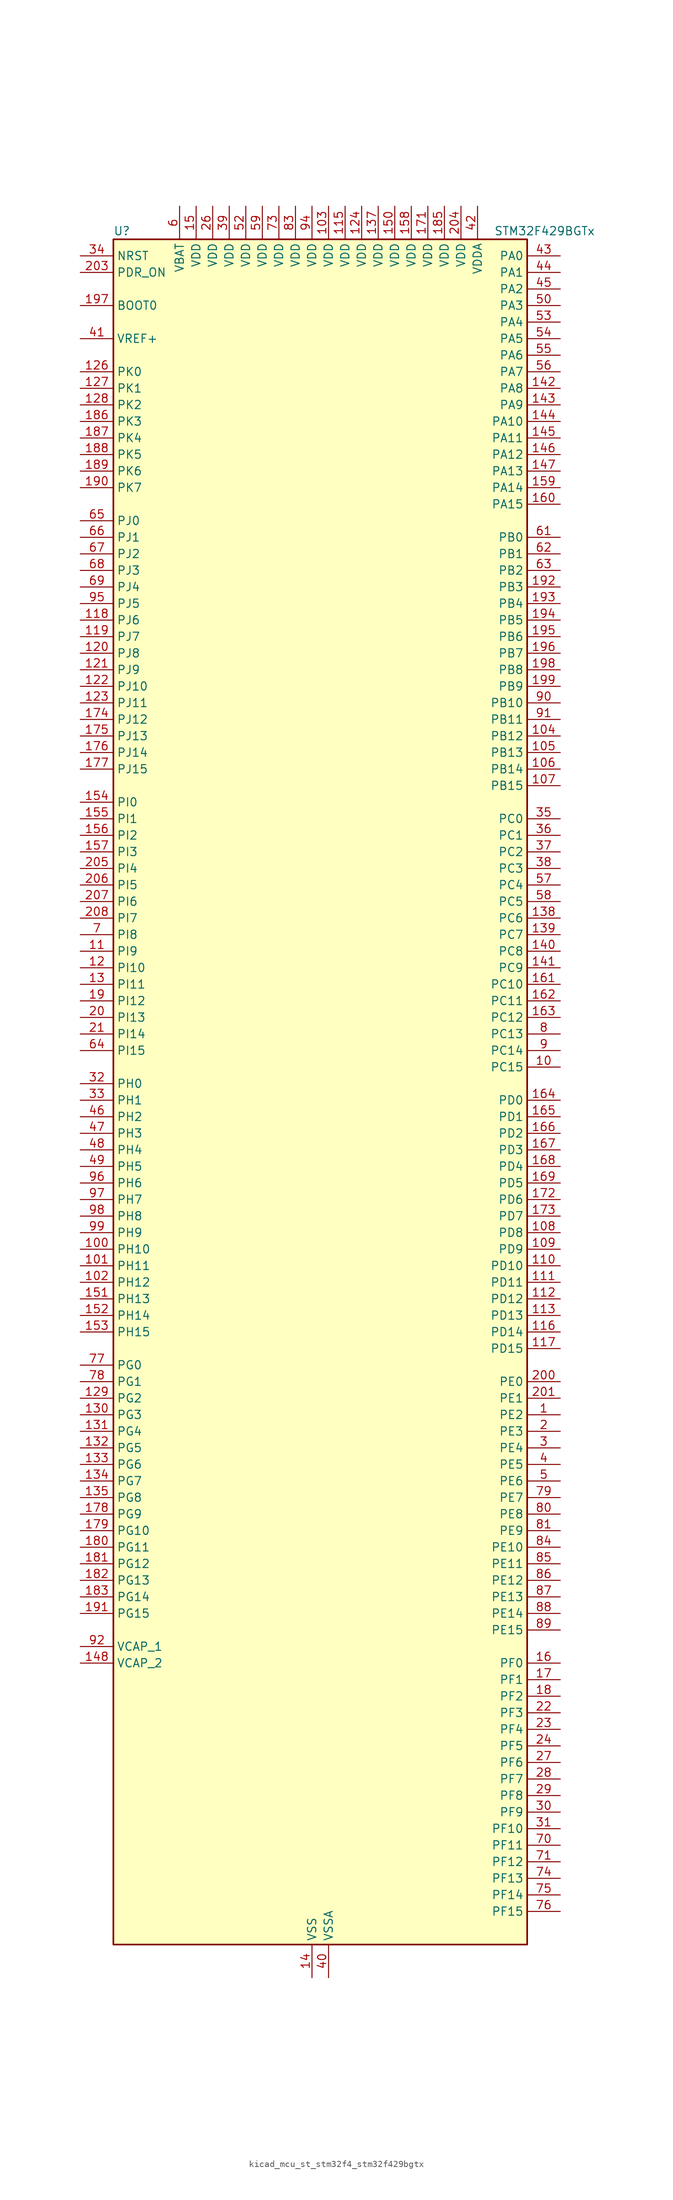
<source format=kicad_sym>
(kicad_symbol_lib
  (version 20220914)
  (generator kicad_symbol_editor)
  (symbol "kicad_mcu_st_stm32f4_stm32f429bgtx"
    (property "Reference" "U"
      (at -30.48 133.35 0)
      (effects (font (size 1.27 1.27)) (justify left)))
    (property "Value" "STM32F429BGTx"
      (at 27.94 133.35 0)
      (effects (font (size 1.27 1.27)) (justify left)))
    (property "ki_locked" ""
      (at 0 0 0)
      (effects (font (size 1.27 1.27))))
    (symbol "kicad_mcu_st_stm32f4_stm32f429bgtx_0_1"
      (rectangle (start -30.48 -129.54) (end 33.02 132.08) (stroke (width 0.254) (type default)) (fill (type background))))
    (symbol "kicad_mcu_st_stm32f4_stm32f429bgtx_1_1"
      (pin bidirectional line (at 38.1 -48.26 180) (length 5.08) (name "PE2" (effects (font (size 1.27 1.27)))) (number "1" (effects (font (size 1.27 1.27)))) (alternate "ETH_TXD3" bidirectional line) (alternate "FMC_A23" bidirectional line) (alternate "SAI1_MCLK_A" bidirectional line) (alternate "SPI4_SCK" bidirectional line) (alternate "SYS_TRACECLK" bidirectional line))
      (pin bidirectional line (at 38.1 5.08 180) (length 5.08) (name "PC15" (effects (font (size 1.27 1.27)))) (number "10" (effects (font (size 1.27 1.27)))) (alternate "ADC1_EXTI15" bidirectional line) (alternate "ADC2_EXTI15" bidirectional line) (alternate "ADC3_EXTI15" bidirectional line) (alternate "RCC_OSC32_OUT" bidirectional line))
      (pin bidirectional line (at -35.56 -22.86 0) (length 5.08) (name "PH10" (effects (font (size 1.27 1.27)))) (number "100" (effects (font (size 1.27 1.27)))) (alternate "DCMI_D1" bidirectional line) (alternate "FMC_D18" bidirectional line) (alternate "LTDC_R4" bidirectional line) (alternate "TIM5_CH1" bidirectional line))
      (pin bidirectional line (at -35.56 -25.4 0) (length 5.08) (name "PH11" (effects (font (size 1.27 1.27)))) (number "101" (effects (font (size 1.27 1.27)))) (alternate "ADC1_EXTI11" bidirectional line) (alternate "ADC2_EXTI11" bidirectional line) (alternate "ADC3_EXTI11" bidirectional line) (alternate "DCMI_D2" bidirectional line) (alternate "FMC_D19" bidirectional line) (alternate "LTDC_R5" bidirectional line) (alternate "TIM5_CH2" bidirectional line))
      (pin bidirectional line (at -35.56 -27.94 0) (length 5.08) (name "PH12" (effects (font (size 1.27 1.27)))) (number "102" (effects (font (size 1.27 1.27)))) (alternate "DCMI_D3" bidirectional line) (alternate "FMC_D20" bidirectional line) (alternate "LTDC_R6" bidirectional line) (alternate "TIM5_CH3" bidirectional line))
      (pin power_in line (at 2.54 137.16 270) (length 5.08) (name "VDD" (effects (font (size 1.27 1.27)))) (number "103" (effects (font (size 1.27 1.27)))))
      (pin bidirectional line (at 38.1 55.88 180) (length 5.08) (name "PB12" (effects (font (size 1.27 1.27)))) (number "104" (effects (font (size 1.27 1.27)))) (alternate "CAN2_RX" bidirectional line) (alternate "ETH_TXD0" bidirectional line) (alternate "I2C2_SMBA" bidirectional line) (alternate "I2S2_WS" bidirectional line) (alternate "SPI2_NSS" bidirectional line) (alternate "TIM1_BKIN" bidirectional line) (alternate "USART3_CK" bidirectional line) (alternate "USB_OTG_HS_ID" bidirectional line) (alternate "USB_OTG_HS_ULPI_D5" bidirectional line))
      (pin bidirectional line (at 38.1 53.34 180) (length 5.08) (name "PB13" (effects (font (size 1.27 1.27)))) (number "105" (effects (font (size 1.27 1.27)))) (alternate "CAN2_TX" bidirectional line) (alternate "ETH_TXD1" bidirectional line) (alternate "I2S2_CK" bidirectional line) (alternate "SPI2_SCK" bidirectional line) (alternate "TIM1_CH1N" bidirectional line) (alternate "USART3_CTS" bidirectional line) (alternate "USB_OTG_HS_ULPI_D6" bidirectional line) (alternate "USB_OTG_HS_VBUS" bidirectional line))
      (pin bidirectional line (at 38.1 50.8 180) (length 5.08) (name "PB14" (effects (font (size 1.27 1.27)))) (number "106" (effects (font (size 1.27 1.27)))) (alternate "I2S2_ext_SD" bidirectional line) (alternate "SPI2_MISO" bidirectional line) (alternate "TIM12_CH1" bidirectional line) (alternate "TIM1_CH2N" bidirectional line) (alternate "TIM8_CH2N" bidirectional line) (alternate "USART3_RTS" bidirectional line) (alternate "USB_OTG_HS_DM" bidirectional line))
      (pin bidirectional line (at 38.1 48.26 180) (length 5.08) (name "PB15" (effects (font (size 1.27 1.27)))) (number "107" (effects (font (size 1.27 1.27)))) (alternate "ADC1_EXTI15" bidirectional line) (alternate "ADC2_EXTI15" bidirectional line) (alternate "ADC3_EXTI15" bidirectional line) (alternate "I2S2_SD" bidirectional line) (alternate "RTC_REFIN" bidirectional line) (alternate "SPI2_MOSI" bidirectional line) (alternate "TIM12_CH2" bidirectional line) (alternate "TIM1_CH3N" bidirectional line) (alternate "TIM8_CH3N" bidirectional line) (alternate "USB_OTG_HS_DP" bidirectional line))
      (pin bidirectional line (at 38.1 -20.32 180) (length 5.08) (name "PD8" (effects (font (size 1.27 1.27)))) (number "108" (effects (font (size 1.27 1.27)))) (alternate "FMC_D13" bidirectional line) (alternate "FMC_DA13" bidirectional line) (alternate "USART3_TX" bidirectional line))
      (pin bidirectional line (at 38.1 -22.86 180) (length 5.08) (name "PD9" (effects (font (size 1.27 1.27)))) (number "109" (effects (font (size 1.27 1.27)))) (alternate "DAC_EXTI9" bidirectional line) (alternate "FMC_D14" bidirectional line) (alternate "FMC_DA14" bidirectional line) (alternate "USART3_RX" bidirectional line))
      (pin bidirectional line (at -35.56 22.86 0) (length 5.08) (name "PI9" (effects (font (size 1.27 1.27)))) (number "11" (effects (font (size 1.27 1.27)))) (alternate "CAN1_RX" bidirectional line) (alternate "DAC_EXTI9" bidirectional line) (alternate "FMC_D30" bidirectional line) (alternate "LTDC_VSYNC" bidirectional line))
      (pin bidirectional line (at 38.1 -25.4 180) (length 5.08) (name "PD10" (effects (font (size 1.27 1.27)))) (number "110" (effects (font (size 1.27 1.27)))) (alternate "FMC_D15" bidirectional line) (alternate "FMC_DA15" bidirectional line) (alternate "LTDC_B3" bidirectional line) (alternate "USART3_CK" bidirectional line))
      (pin bidirectional line (at 38.1 -27.94 180) (length 5.08) (name "PD11" (effects (font (size 1.27 1.27)))) (number "111" (effects (font (size 1.27 1.27)))) (alternate "ADC1_EXTI11" bidirectional line) (alternate "ADC2_EXTI11" bidirectional line) (alternate "ADC3_EXTI11" bidirectional line) (alternate "FMC_A16" bidirectional line) (alternate "FMC_CLE" bidirectional line) (alternate "USART3_CTS" bidirectional line))
      (pin bidirectional line (at 38.1 -30.48 180) (length 5.08) (name "PD12" (effects (font (size 1.27 1.27)))) (number "112" (effects (font (size 1.27 1.27)))) (alternate "FMC_A17" bidirectional line) (alternate "FMC_ALE" bidirectional line) (alternate "TIM4_CH1" bidirectional line) (alternate "USART3_RTS" bidirectional line))
      (pin bidirectional line (at 38.1 -33.02 180) (length 5.08) (name "PD13" (effects (font (size 1.27 1.27)))) (number "113" (effects (font (size 1.27 1.27)))) (alternate "FMC_A18" bidirectional line) (alternate "TIM4_CH2" bidirectional line))
      (pin passive line (at 0 -134.62 90) (length 5.08) hide (name "VSS" (effects (font (size 1.27 1.27)))) (number "114" (effects (font (size 1.27 1.27)))))
      (pin power_in line (at 5.08 137.16 270) (length 5.08) (name "VDD" (effects (font (size 1.27 1.27)))) (number "115" (effects (font (size 1.27 1.27)))))
      (pin bidirectional line (at 38.1 -35.56 180) (length 5.08) (name "PD14" (effects (font (size 1.27 1.27)))) (number "116" (effects (font (size 1.27 1.27)))) (alternate "FMC_D0" bidirectional line) (alternate "FMC_DA0" bidirectional line) (alternate "TIM4_CH3" bidirectional line))
      (pin bidirectional line (at 38.1 -38.1 180) (length 5.08) (name "PD15" (effects (font (size 1.27 1.27)))) (number "117" (effects (font (size 1.27 1.27)))) (alternate "ADC1_EXTI15" bidirectional line) (alternate "ADC2_EXTI15" bidirectional line) (alternate "ADC3_EXTI15" bidirectional line) (alternate "FMC_D1" bidirectional line) (alternate "FMC_DA1" bidirectional line) (alternate "TIM4_CH4" bidirectional line))
      (pin bidirectional line (at -35.56 73.66 0) (length 5.08) (name "PJ6" (effects (font (size 1.27 1.27)))) (number "118" (effects (font (size 1.27 1.27)))) (alternate "LTDC_R7" bidirectional line))
      (pin bidirectional line (at -35.56 71.12 0) (length 5.08) (name "PJ7" (effects (font (size 1.27 1.27)))) (number "119" (effects (font (size 1.27 1.27)))) (alternate "LTDC_G0" bidirectional line))
      (pin bidirectional line (at -35.56 20.32 0) (length 5.08) (name "PI10" (effects (font (size 1.27 1.27)))) (number "12" (effects (font (size 1.27 1.27)))) (alternate "ETH_RX_ER" bidirectional line) (alternate "FMC_D31" bidirectional line) (alternate "LTDC_HSYNC" bidirectional line))
      (pin bidirectional line (at -35.56 68.58 0) (length 5.08) (name "PJ8" (effects (font (size 1.27 1.27)))) (number "120" (effects (font (size 1.27 1.27)))) (alternate "LTDC_G1" bidirectional line))
      (pin bidirectional line (at -35.56 66.04 0) (length 5.08) (name "PJ9" (effects (font (size 1.27 1.27)))) (number "121" (effects (font (size 1.27 1.27)))) (alternate "DAC_EXTI9" bidirectional line) (alternate "LTDC_G2" bidirectional line))
      (pin bidirectional line (at -35.56 63.5 0) (length 5.08) (name "PJ10" (effects (font (size 1.27 1.27)))) (number "122" (effects (font (size 1.27 1.27)))) (alternate "LTDC_G3" bidirectional line))
      (pin bidirectional line (at -35.56 60.96 0) (length 5.08) (name "PJ11" (effects (font (size 1.27 1.27)))) (number "123" (effects (font (size 1.27 1.27)))) (alternate "ADC1_EXTI11" bidirectional line) (alternate "ADC2_EXTI11" bidirectional line) (alternate "ADC3_EXTI11" bidirectional line) (alternate "LTDC_G4" bidirectional line))
      (pin power_in line (at 7.62 137.16 270) (length 5.08) (name "VDD" (effects (font (size 1.27 1.27)))) (number "124" (effects (font (size 1.27 1.27)))))
      (pin passive line (at 0 -134.62 90) (length 5.08) hide (name "VSS" (effects (font (size 1.27 1.27)))) (number "125" (effects (font (size 1.27 1.27)))))
      (pin bidirectional line (at -35.56 111.76 0) (length 5.08) (name "PK0" (effects (font (size 1.27 1.27)))) (number "126" (effects (font (size 1.27 1.27)))) (alternate "LTDC_G5" bidirectional line))
      (pin bidirectional line (at -35.56 109.22 0) (length 5.08) (name "PK1" (effects (font (size 1.27 1.27)))) (number "127" (effects (font (size 1.27 1.27)))) (alternate "LTDC_G6" bidirectional line))
      (pin bidirectional line (at -35.56 106.68 0) (length 5.08) (name "PK2" (effects (font (size 1.27 1.27)))) (number "128" (effects (font (size 1.27 1.27)))) (alternate "LTDC_G7" bidirectional line))
      (pin bidirectional line (at -35.56 -45.72 0) (length 5.08) (name "PG2" (effects (font (size 1.27 1.27)))) (number "129" (effects (font (size 1.27 1.27)))) (alternate "FMC_A12" bidirectional line))
      (pin bidirectional line (at -35.56 17.78 0) (length 5.08) (name "PI11" (effects (font (size 1.27 1.27)))) (number "13" (effects (font (size 1.27 1.27)))) (alternate "ADC1_EXTI11" bidirectional line) (alternate "ADC2_EXTI11" bidirectional line) (alternate "ADC3_EXTI11" bidirectional line) (alternate "USB_OTG_HS_ULPI_DIR" bidirectional line))
      (pin bidirectional line (at -35.56 -48.26 0) (length 5.08) (name "PG3" (effects (font (size 1.27 1.27)))) (number "130" (effects (font (size 1.27 1.27)))) (alternate "FMC_A13" bidirectional line))
      (pin bidirectional line (at -35.56 -50.8 0) (length 5.08) (name "PG4" (effects (font (size 1.27 1.27)))) (number "131" (effects (font (size 1.27 1.27)))) (alternate "FMC_A14" bidirectional line) (alternate "FMC_BA0" bidirectional line))
      (pin bidirectional line (at -35.56 -53.34 0) (length 5.08) (name "PG5" (effects (font (size 1.27 1.27)))) (number "132" (effects (font (size 1.27 1.27)))) (alternate "FMC_A15" bidirectional line) (alternate "FMC_BA1" bidirectional line))
      (pin bidirectional line (at -35.56 -55.88 0) (length 5.08) (name "PG6" (effects (font (size 1.27 1.27)))) (number "133" (effects (font (size 1.27 1.27)))) (alternate "DCMI_D12" bidirectional line) (alternate "FMC_INT2" bidirectional line) (alternate "LTDC_R7" bidirectional line))
      (pin bidirectional line (at -35.56 -58.42 0) (length 5.08) (name "PG7" (effects (font (size 1.27 1.27)))) (number "134" (effects (font (size 1.27 1.27)))) (alternate "DCMI_D13" bidirectional line) (alternate "FMC_INT3" bidirectional line) (alternate "LTDC_CLK" bidirectional line) (alternate "USART6_CK" bidirectional line))
      (pin bidirectional line (at -35.56 -60.96 0) (length 5.08) (name "PG8" (effects (font (size 1.27 1.27)))) (number "135" (effects (font (size 1.27 1.27)))) (alternate "ETH_PPS_OUT" bidirectional line) (alternate "FMC_SDCLK" bidirectional line) (alternate "SPI6_NSS" bidirectional line) (alternate "USART6_RTS" bidirectional line))
      (pin passive line (at 0 -134.62 90) (length 5.08) hide (name "VSS" (effects (font (size 1.27 1.27)))) (number "136" (effects (font (size 1.27 1.27)))))
      (pin power_in line (at 10.16 137.16 270) (length 5.08) (name "VDD" (effects (font (size 1.27 1.27)))) (number "137" (effects (font (size 1.27 1.27)))))
      (pin bidirectional line (at 38.1 27.94 180) (length 5.08) (name "PC6" (effects (font (size 1.27 1.27)))) (number "138" (effects (font (size 1.27 1.27)))) (alternate "DCMI_D0" bidirectional line) (alternate "I2S2_MCK" bidirectional line) (alternate "LTDC_HSYNC" bidirectional line) (alternate "SDIO_D6" bidirectional line) (alternate "TIM3_CH1" bidirectional line) (alternate "TIM8_CH1" bidirectional line) (alternate "USART6_TX" bidirectional line))
      (pin bidirectional line (at 38.1 25.4 180) (length 5.08) (name "PC7" (effects (font (size 1.27 1.27)))) (number "139" (effects (font (size 1.27 1.27)))) (alternate "DCMI_D1" bidirectional line) (alternate "I2S3_MCK" bidirectional line) (alternate "LTDC_G6" bidirectional line) (alternate "SDIO_D7" bidirectional line) (alternate "TIM3_CH2" bidirectional line) (alternate "TIM8_CH2" bidirectional line) (alternate "USART6_RX" bidirectional line))
      (pin power_in line (at 0 -134.62 90) (length 5.08) (name "VSS" (effects (font (size 1.27 1.27)))) (number "14" (effects (font (size 1.27 1.27)))))
      (pin bidirectional line (at 38.1 22.86 180) (length 5.08) (name "PC8" (effects (font (size 1.27 1.27)))) (number "140" (effects (font (size 1.27 1.27)))) (alternate "DCMI_D2" bidirectional line) (alternate "SDIO_D0" bidirectional line) (alternate "TIM3_CH3" bidirectional line) (alternate "TIM8_CH3" bidirectional line) (alternate "USART6_CK" bidirectional line))
      (pin bidirectional line (at 38.1 20.32 180) (length 5.08) (name "PC9" (effects (font (size 1.27 1.27)))) (number "141" (effects (font (size 1.27 1.27)))) (alternate "DAC_EXTI9" bidirectional line) (alternate "DCMI_D3" bidirectional line) (alternate "I2C3_SDA" bidirectional line) (alternate "I2S_CKIN" bidirectional line) (alternate "RCC_MCO_2" bidirectional line) (alternate "SDIO_D1" bidirectional line) (alternate "TIM3_CH4" bidirectional line) (alternate "TIM8_CH4" bidirectional line))
      (pin bidirectional line (at 38.1 109.22 180) (length 5.08) (name "PA8" (effects (font (size 1.27 1.27)))) (number "142" (effects (font (size 1.27 1.27)))) (alternate "I2C3_SCL" bidirectional line) (alternate "LTDC_R6" bidirectional line) (alternate "RCC_MCO_1" bidirectional line) (alternate "TIM1_CH1" bidirectional line) (alternate "USART1_CK" bidirectional line) (alternate "USB_OTG_FS_SOF" bidirectional line))
      (pin bidirectional line (at 38.1 106.68 180) (length 5.08) (name "PA9" (effects (font (size 1.27 1.27)))) (number "143" (effects (font (size 1.27 1.27)))) (alternate "DAC_EXTI9" bidirectional line) (alternate "DCMI_D0" bidirectional line) (alternate "I2C3_SMBA" bidirectional line) (alternate "TIM1_CH2" bidirectional line) (alternate "USART1_TX" bidirectional line) (alternate "USB_OTG_FS_VBUS" bidirectional line))
      (pin bidirectional line (at 38.1 104.14 180) (length 5.08) (name "PA10" (effects (font (size 1.27 1.27)))) (number "144" (effects (font (size 1.27 1.27)))) (alternate "DCMI_D1" bidirectional line) (alternate "TIM1_CH3" bidirectional line) (alternate "USART1_RX" bidirectional line) (alternate "USB_OTG_FS_ID" bidirectional line))
      (pin bidirectional line (at 38.1 101.6 180) (length 5.08) (name "PA11" (effects (font (size 1.27 1.27)))) (number "145" (effects (font (size 1.27 1.27)))) (alternate "ADC1_EXTI11" bidirectional line) (alternate "ADC2_EXTI11" bidirectional line) (alternate "ADC3_EXTI11" bidirectional line) (alternate "CAN1_RX" bidirectional line) (alternate "LTDC_R4" bidirectional line) (alternate "TIM1_CH4" bidirectional line) (alternate "USART1_CTS" bidirectional line) (alternate "USB_OTG_FS_DM" bidirectional line))
      (pin bidirectional line (at 38.1 99.06 180) (length 5.08) (name "PA12" (effects (font (size 1.27 1.27)))) (number "146" (effects (font (size 1.27 1.27)))) (alternate "CAN1_TX" bidirectional line) (alternate "LTDC_R5" bidirectional line) (alternate "TIM1_ETR" bidirectional line) (alternate "USART1_RTS" bidirectional line) (alternate "USB_OTG_FS_DP" bidirectional line))
      (pin bidirectional line (at 38.1 96.52 180) (length 5.08) (name "PA13" (effects (font (size 1.27 1.27)))) (number "147" (effects (font (size 1.27 1.27)))) (alternate "SYS_JTMS-SWDIO" bidirectional line))
      (pin power_out line (at -35.56 -86.36 0) (length 5.08) (name "VCAP_2" (effects (font (size 1.27 1.27)))) (number "148" (effects (font (size 1.27 1.27)))))
      (pin passive line (at 0 -134.62 90) (length 5.08) hide (name "VSS" (effects (font (size 1.27 1.27)))) (number "149" (effects (font (size 1.27 1.27)))))
      (pin power_in line (at -17.78 137.16 270) (length 5.08) (name "VDD" (effects (font (size 1.27 1.27)))) (number "15" (effects (font (size 1.27 1.27)))))
      (pin power_in line (at 12.7 137.16 270) (length 5.08) (name "VDD" (effects (font (size 1.27 1.27)))) (number "150" (effects (font (size 1.27 1.27)))))
      (pin bidirectional line (at -35.56 -30.48 0) (length 5.08) (name "PH13" (effects (font (size 1.27 1.27)))) (number "151" (effects (font (size 1.27 1.27)))) (alternate "CAN1_TX" bidirectional line) (alternate "FMC_D21" bidirectional line) (alternate "LTDC_G2" bidirectional line) (alternate "TIM8_CH1N" bidirectional line))
      (pin bidirectional line (at -35.56 -33.02 0) (length 5.08) (name "PH14" (effects (font (size 1.27 1.27)))) (number "152" (effects (font (size 1.27 1.27)))) (alternate "DCMI_D4" bidirectional line) (alternate "FMC_D22" bidirectional line) (alternate "LTDC_G3" bidirectional line) (alternate "TIM8_CH2N" bidirectional line))
      (pin bidirectional line (at -35.56 -35.56 0) (length 5.08) (name "PH15" (effects (font (size 1.27 1.27)))) (number "153" (effects (font (size 1.27 1.27)))) (alternate "ADC1_EXTI15" bidirectional line) (alternate "ADC2_EXTI15" bidirectional line) (alternate "ADC3_EXTI15" bidirectional line) (alternate "DCMI_D11" bidirectional line) (alternate "FMC_D23" bidirectional line) (alternate "LTDC_G4" bidirectional line) (alternate "TIM8_CH3N" bidirectional line))
      (pin bidirectional line (at -35.56 45.72 0) (length 5.08) (name "PI0" (effects (font (size 1.27 1.27)))) (number "154" (effects (font (size 1.27 1.27)))) (alternate "DCMI_D13" bidirectional line) (alternate "FMC_D24" bidirectional line) (alternate "I2S2_WS" bidirectional line) (alternate "LTDC_G5" bidirectional line) (alternate "SPI2_NSS" bidirectional line) (alternate "TIM5_CH4" bidirectional line))
      (pin bidirectional line (at -35.56 43.18 0) (length 5.08) (name "PI1" (effects (font (size 1.27 1.27)))) (number "155" (effects (font (size 1.27 1.27)))) (alternate "DCMI_D8" bidirectional line) (alternate "FMC_D25" bidirectional line) (alternate "I2S2_CK" bidirectional line) (alternate "LTDC_G6" bidirectional line) (alternate "SPI2_SCK" bidirectional line))
      (pin bidirectional line (at -35.56 40.64 0) (length 5.08) (name "PI2" (effects (font (size 1.27 1.27)))) (number "156" (effects (font (size 1.27 1.27)))) (alternate "DCMI_D9" bidirectional line) (alternate "FMC_D26" bidirectional line) (alternate "I2S2_ext_SD" bidirectional line) (alternate "LTDC_G7" bidirectional line) (alternate "SPI2_MISO" bidirectional line) (alternate "TIM8_CH4" bidirectional line))
      (pin bidirectional line (at -35.56 38.1 0) (length 5.08) (name "PI3" (effects (font (size 1.27 1.27)))) (number "157" (effects (font (size 1.27 1.27)))) (alternate "DCMI_D10" bidirectional line) (alternate "FMC_D27" bidirectional line) (alternate "I2S2_SD" bidirectional line) (alternate "SPI2_MOSI" bidirectional line) (alternate "TIM8_ETR" bidirectional line))
      (pin power_in line (at 15.24 137.16 270) (length 5.08) (name "VDD" (effects (font (size 1.27 1.27)))) (number "158" (effects (font (size 1.27 1.27)))))
      (pin bidirectional line (at 38.1 93.98 180) (length 5.08) (name "PA14" (effects (font (size 1.27 1.27)))) (number "159" (effects (font (size 1.27 1.27)))) (alternate "SYS_JTCK-SWCLK" bidirectional line))
      (pin bidirectional line (at 38.1 -86.36 180) (length 5.08) (name "PF0" (effects (font (size 1.27 1.27)))) (number "16" (effects (font (size 1.27 1.27)))) (alternate "FMC_A0" bidirectional line) (alternate "I2C2_SDA" bidirectional line))
      (pin bidirectional line (at 38.1 91.44 180) (length 5.08) (name "PA15" (effects (font (size 1.27 1.27)))) (number "160" (effects (font (size 1.27 1.27)))) (alternate "ADC1_EXTI15" bidirectional line) (alternate "ADC2_EXTI15" bidirectional line) (alternate "ADC3_EXTI15" bidirectional line) (alternate "I2S3_WS" bidirectional line) (alternate "SPI1_NSS" bidirectional line) (alternate "SPI3_NSS" bidirectional line) (alternate "SYS_JTDI" bidirectional line) (alternate "TIM2_CH1" bidirectional line) (alternate "TIM2_ETR" bidirectional line))
      (pin bidirectional line (at 38.1 17.78 180) (length 5.08) (name "PC10" (effects (font (size 1.27 1.27)))) (number "161" (effects (font (size 1.27 1.27)))) (alternate "DCMI_D8" bidirectional line) (alternate "I2S3_CK" bidirectional line) (alternate "LTDC_R2" bidirectional line) (alternate "SDIO_D2" bidirectional line) (alternate "SPI3_SCK" bidirectional line) (alternate "UART4_TX" bidirectional line) (alternate "USART3_TX" bidirectional line))
      (pin bidirectional line (at 38.1 15.24 180) (length 5.08) (name "PC11" (effects (font (size 1.27 1.27)))) (number "162" (effects (font (size 1.27 1.27)))) (alternate "ADC1_EXTI11" bidirectional line) (alternate "ADC2_EXTI11" bidirectional line) (alternate "ADC3_EXTI11" bidirectional line) (alternate "DCMI_D4" bidirectional line) (alternate "I2S3_ext_SD" bidirectional line) (alternate "SDIO_D3" bidirectional line) (alternate "SPI3_MISO" bidirectional line) (alternate "UART4_RX" bidirectional line) (alternate "USART3_RX" bidirectional line))
      (pin bidirectional line (at 38.1 12.7 180) (length 5.08) (name "PC12" (effects (font (size 1.27 1.27)))) (number "163" (effects (font (size 1.27 1.27)))) (alternate "DCMI_D9" bidirectional line) (alternate "I2S3_SD" bidirectional line) (alternate "SDIO_CK" bidirectional line) (alternate "SPI3_MOSI" bidirectional line) (alternate "UART5_TX" bidirectional line) (alternate "USART3_CK" bidirectional line))
      (pin bidirectional line (at 38.1 0 180) (length 5.08) (name "PD0" (effects (font (size 1.27 1.27)))) (number "164" (effects (font (size 1.27 1.27)))) (alternate "CAN1_RX" bidirectional line) (alternate "FMC_D2" bidirectional line) (alternate "FMC_DA2" bidirectional line))
      (pin bidirectional line (at 38.1 -2.54 180) (length 5.08) (name "PD1" (effects (font (size 1.27 1.27)))) (number "165" (effects (font (size 1.27 1.27)))) (alternate "CAN1_TX" bidirectional line) (alternate "FMC_D3" bidirectional line) (alternate "FMC_DA3" bidirectional line))
      (pin bidirectional line (at 38.1 -5.08 180) (length 5.08) (name "PD2" (effects (font (size 1.27 1.27)))) (number "166" (effects (font (size 1.27 1.27)))) (alternate "DCMI_D11" bidirectional line) (alternate "SDIO_CMD" bidirectional line) (alternate "TIM3_ETR" bidirectional line) (alternate "UART5_RX" bidirectional line))
      (pin bidirectional line (at 38.1 -7.62 180) (length 5.08) (name "PD3" (effects (font (size 1.27 1.27)))) (number "167" (effects (font (size 1.27 1.27)))) (alternate "DCMI_D5" bidirectional line) (alternate "FMC_CLK" bidirectional line) (alternate "I2S2_CK" bidirectional line) (alternate "LTDC_G7" bidirectional line) (alternate "SPI2_SCK" bidirectional line) (alternate "USART2_CTS" bidirectional line))
      (pin bidirectional line (at 38.1 -10.16 180) (length 5.08) (name "PD4" (effects (font (size 1.27 1.27)))) (number "168" (effects (font (size 1.27 1.27)))) (alternate "FMC_NOE" bidirectional line) (alternate "USART2_RTS" bidirectional line))
      (pin bidirectional line (at 38.1 -12.7 180) (length 5.08) (name "PD5" (effects (font (size 1.27 1.27)))) (number "169" (effects (font (size 1.27 1.27)))) (alternate "FMC_NWE" bidirectional line) (alternate "USART2_TX" bidirectional line))
      (pin bidirectional line (at 38.1 -88.9 180) (length 5.08) (name "PF1" (effects (font (size 1.27 1.27)))) (number "17" (effects (font (size 1.27 1.27)))) (alternate "FMC_A1" bidirectional line) (alternate "I2C2_SCL" bidirectional line))
      (pin passive line (at 0 -134.62 90) (length 5.08) hide (name "VSS" (effects (font (size 1.27 1.27)))) (number "170" (effects (font (size 1.27 1.27)))))
      (pin power_in line (at 17.78 137.16 270) (length 5.08) (name "VDD" (effects (font (size 1.27 1.27)))) (number "171" (effects (font (size 1.27 1.27)))))
      (pin bidirectional line (at 38.1 -15.24 180) (length 5.08) (name "PD6" (effects (font (size 1.27 1.27)))) (number "172" (effects (font (size 1.27 1.27)))) (alternate "DCMI_D10" bidirectional line) (alternate "FMC_NWAIT" bidirectional line) (alternate "I2S3_SD" bidirectional line) (alternate "LTDC_B2" bidirectional line) (alternate "SAI1_SD_A" bidirectional line) (alternate "SPI3_MOSI" bidirectional line) (alternate "USART2_RX" bidirectional line))
      (pin bidirectional line (at 38.1 -17.78 180) (length 5.08) (name "PD7" (effects (font (size 1.27 1.27)))) (number "173" (effects (font (size 1.27 1.27)))) (alternate "FMC_NCE2" bidirectional line) (alternate "FMC_NE1" bidirectional line) (alternate "USART2_CK" bidirectional line))
      (pin bidirectional line (at -35.56 58.42 0) (length 5.08) (name "PJ12" (effects (font (size 1.27 1.27)))) (number "174" (effects (font (size 1.27 1.27)))) (alternate "LTDC_B0" bidirectional line))
      (pin bidirectional line (at -35.56 55.88 0) (length 5.08) (name "PJ13" (effects (font (size 1.27 1.27)))) (number "175" (effects (font (size 1.27 1.27)))) (alternate "LTDC_B1" bidirectional line))
      (pin bidirectional line (at -35.56 53.34 0) (length 5.08) (name "PJ14" (effects (font (size 1.27 1.27)))) (number "176" (effects (font (size 1.27 1.27)))) (alternate "LTDC_B2" bidirectional line))
      (pin bidirectional line (at -35.56 50.8 0) (length 5.08) (name "PJ15" (effects (font (size 1.27 1.27)))) (number "177" (effects (font (size 1.27 1.27)))) (alternate "ADC1_EXTI15" bidirectional line) (alternate "ADC2_EXTI15" bidirectional line) (alternate "ADC3_EXTI15" bidirectional line) (alternate "LTDC_B3" bidirectional line))
      (pin bidirectional line (at -35.56 -63.5 0) (length 5.08) (name "PG9" (effects (font (size 1.27 1.27)))) (number "178" (effects (font (size 1.27 1.27)))) (alternate "DAC_EXTI9" bidirectional line) (alternate "DCMI_VSYNC" bidirectional line) (alternate "FMC_NCE3" bidirectional line) (alternate "FMC_NE2" bidirectional line) (alternate "USART6_RX" bidirectional line))
      (pin bidirectional line (at -35.56 -66.04 0) (length 5.08) (name "PG10" (effects (font (size 1.27 1.27)))) (number "179" (effects (font (size 1.27 1.27)))) (alternate "DCMI_D2" bidirectional line) (alternate "FMC_NCE4_1" bidirectional line) (alternate "FMC_NE3" bidirectional line) (alternate "LTDC_B2" bidirectional line) (alternate "LTDC_G3" bidirectional line))
      (pin bidirectional line (at 38.1 -91.44 180) (length 5.08) (name "PF2" (effects (font (size 1.27 1.27)))) (number "18" (effects (font (size 1.27 1.27)))) (alternate "FMC_A2" bidirectional line) (alternate "I2C2_SMBA" bidirectional line))
      (pin bidirectional line (at -35.56 -68.58 0) (length 5.08) (name "PG11" (effects (font (size 1.27 1.27)))) (number "180" (effects (font (size 1.27 1.27)))) (alternate "ADC1_EXTI11" bidirectional line) (alternate "ADC2_EXTI11" bidirectional line) (alternate "ADC3_EXTI11" bidirectional line) (alternate "DCMI_D3" bidirectional line) (alternate "ETH_TX_EN" bidirectional line) (alternate "FMC_NCE4_2" bidirectional line) (alternate "LTDC_B3" bidirectional line))
      (pin bidirectional line (at -35.56 -71.12 0) (length 5.08) (name "PG12" (effects (font (size 1.27 1.27)))) (number "181" (effects (font (size 1.27 1.27)))) (alternate "FMC_NE4" bidirectional line) (alternate "LTDC_B1" bidirectional line) (alternate "LTDC_B4" bidirectional line) (alternate "SPI6_MISO" bidirectional line) (alternate "USART6_RTS" bidirectional line))
      (pin bidirectional line (at -35.56 -73.66 0) (length 5.08) (name "PG13" (effects (font (size 1.27 1.27)))) (number "182" (effects (font (size 1.27 1.27)))) (alternate "ETH_TXD0" bidirectional line) (alternate "FMC_A24" bidirectional line) (alternate "SPI6_SCK" bidirectional line) (alternate "USART6_CTS" bidirectional line))
      (pin bidirectional line (at -35.56 -76.2 0) (length 5.08) (name "PG14" (effects (font (size 1.27 1.27)))) (number "183" (effects (font (size 1.27 1.27)))) (alternate "ETH_TXD1" bidirectional line) (alternate "FMC_A25" bidirectional line) (alternate "SPI6_MOSI" bidirectional line) (alternate "USART6_TX" bidirectional line))
      (pin passive line (at 0 -134.62 90) (length 5.08) hide (name "VSS" (effects (font (size 1.27 1.27)))) (number "184" (effects (font (size 1.27 1.27)))))
      (pin power_in line (at 20.32 137.16 270) (length 5.08) (name "VDD" (effects (font (size 1.27 1.27)))) (number "185" (effects (font (size 1.27 1.27)))))
      (pin bidirectional line (at -35.56 104.14 0) (length 5.08) (name "PK3" (effects (font (size 1.27 1.27)))) (number "186" (effects (font (size 1.27 1.27)))) (alternate "LTDC_B4" bidirectional line))
      (pin bidirectional line (at -35.56 101.6 0) (length 5.08) (name "PK4" (effects (font (size 1.27 1.27)))) (number "187" (effects (font (size 1.27 1.27)))) (alternate "LTDC_B5" bidirectional line))
      (pin bidirectional line (at -35.56 99.06 0) (length 5.08) (name "PK5" (effects (font (size 1.27 1.27)))) (number "188" (effects (font (size 1.27 1.27)))) (alternate "LTDC_B6" bidirectional line))
      (pin bidirectional line (at -35.56 96.52 0) (length 5.08) (name "PK6" (effects (font (size 1.27 1.27)))) (number "189" (effects (font (size 1.27 1.27)))) (alternate "LTDC_B7" bidirectional line))
      (pin bidirectional line (at -35.56 15.24 0) (length 5.08) (name "PI12" (effects (font (size 1.27 1.27)))) (number "19" (effects (font (size 1.27 1.27)))) (alternate "LTDC_HSYNC" bidirectional line))
      (pin bidirectional line (at -35.56 93.98 0) (length 5.08) (name "PK7" (effects (font (size 1.27 1.27)))) (number "190" (effects (font (size 1.27 1.27)))) (alternate "LTDC_DE" bidirectional line))
      (pin bidirectional line (at -35.56 -78.74 0) (length 5.08) (name "PG15" (effects (font (size 1.27 1.27)))) (number "191" (effects (font (size 1.27 1.27)))) (alternate "ADC1_EXTI15" bidirectional line) (alternate "ADC2_EXTI15" bidirectional line) (alternate "ADC3_EXTI15" bidirectional line) (alternate "DCMI_D13" bidirectional line) (alternate "FMC_SDNCAS" bidirectional line) (alternate "USART6_CTS" bidirectional line))
      (pin bidirectional line (at 38.1 78.74 180) (length 5.08) (name "PB3" (effects (font (size 1.27 1.27)))) (number "192" (effects (font (size 1.27 1.27)))) (alternate "I2S3_CK" bidirectional line) (alternate "SPI1_SCK" bidirectional line) (alternate "SPI3_SCK" bidirectional line) (alternate "SYS_JTDO-SWO" bidirectional line) (alternate "TIM2_CH2" bidirectional line))
      (pin bidirectional line (at 38.1 76.2 180) (length 5.08) (name "PB4" (effects (font (size 1.27 1.27)))) (number "193" (effects (font (size 1.27 1.27)))) (alternate "I2S3_ext_SD" bidirectional line) (alternate "SPI1_MISO" bidirectional line) (alternate "SPI3_MISO" bidirectional line) (alternate "SYS_JTRST" bidirectional line) (alternate "TIM3_CH1" bidirectional line))
      (pin bidirectional line (at 38.1 73.66 180) (length 5.08) (name "PB5" (effects (font (size 1.27 1.27)))) (number "194" (effects (font (size 1.27 1.27)))) (alternate "CAN2_RX" bidirectional line) (alternate "DCMI_D10" bidirectional line) (alternate "ETH_PPS_OUT" bidirectional line) (alternate "FMC_SDCKE1" bidirectional line) (alternate "I2C1_SMBA" bidirectional line) (alternate "I2S3_SD" bidirectional line) (alternate "SPI1_MOSI" bidirectional line) (alternate "SPI3_MOSI" bidirectional line) (alternate "TIM3_CH2" bidirectional line) (alternate "USB_OTG_HS_ULPI_D7" bidirectional line))
      (pin bidirectional line (at 38.1 71.12 180) (length 5.08) (name "PB6" (effects (font (size 1.27 1.27)))) (number "195" (effects (font (size 1.27 1.27)))) (alternate "CAN2_TX" bidirectional line) (alternate "DCMI_D5" bidirectional line) (alternate "FMC_SDNE1" bidirectional line) (alternate "I2C1_SCL" bidirectional line) (alternate "TIM4_CH1" bidirectional line) (alternate "USART1_TX" bidirectional line))
      (pin bidirectional line (at 38.1 68.58 180) (length 5.08) (name "PB7" (effects (font (size 1.27 1.27)))) (number "196" (effects (font (size 1.27 1.27)))) (alternate "DCMI_VSYNC" bidirectional line) (alternate "FMC_NL" bidirectional line) (alternate "I2C1_SDA" bidirectional line) (alternate "TIM4_CH2" bidirectional line) (alternate "USART1_RX" bidirectional line))
      (pin input line (at -35.56 121.92 0) (length 5.08) (name "BOOT0" (effects (font (size 1.27 1.27)))) (number "197" (effects (font (size 1.27 1.27)))))
      (pin bidirectional line (at 38.1 66.04 180) (length 5.08) (name "PB8" (effects (font (size 1.27 1.27)))) (number "198" (effects (font (size 1.27 1.27)))) (alternate "CAN1_RX" bidirectional line) (alternate "DCMI_D6" bidirectional line) (alternate "ETH_TXD3" bidirectional line) (alternate "I2C1_SCL" bidirectional line) (alternate "LTDC_B6" bidirectional line) (alternate "SDIO_D4" bidirectional line) (alternate "TIM10_CH1" bidirectional line) (alternate "TIM4_CH3" bidirectional line))
      (pin bidirectional line (at 38.1 63.5 180) (length 5.08) (name "PB9" (effects (font (size 1.27 1.27)))) (number "199" (effects (font (size 1.27 1.27)))) (alternate "CAN1_TX" bidirectional line) (alternate "DAC_EXTI9" bidirectional line) (alternate "DCMI_D7" bidirectional line) (alternate "I2C1_SDA" bidirectional line) (alternate "I2S2_WS" bidirectional line) (alternate "LTDC_B7" bidirectional line) (alternate "SDIO_D5" bidirectional line) (alternate "SPI2_NSS" bidirectional line) (alternate "TIM11_CH1" bidirectional line) (alternate "TIM4_CH4" bidirectional line))
      (pin bidirectional line (at 38.1 -50.8 180) (length 5.08) (name "PE3" (effects (font (size 1.27 1.27)))) (number "2" (effects (font (size 1.27 1.27)))) (alternate "FMC_A19" bidirectional line) (alternate "SAI1_SD_B" bidirectional line) (alternate "SYS_TRACED0" bidirectional line))
      (pin bidirectional line (at -35.56 12.7 0) (length 5.08) (name "PI13" (effects (font (size 1.27 1.27)))) (number "20" (effects (font (size 1.27 1.27)))) (alternate "LTDC_VSYNC" bidirectional line))
      (pin bidirectional line (at 38.1 -43.18 180) (length 5.08) (name "PE0" (effects (font (size 1.27 1.27)))) (number "200" (effects (font (size 1.27 1.27)))) (alternate "DCMI_D2" bidirectional line) (alternate "FMC_NBL0" bidirectional line) (alternate "TIM4_ETR" bidirectional line) (alternate "UART8_RX" bidirectional line))
      (pin bidirectional line (at 38.1 -45.72 180) (length 5.08) (name "PE1" (effects (font (size 1.27 1.27)))) (number "201" (effects (font (size 1.27 1.27)))) (alternate "DCMI_D3" bidirectional line) (alternate "FMC_NBL1" bidirectional line) (alternate "UART8_TX" bidirectional line))
      (pin passive line (at 0 -134.62 90) (length 5.08) hide (name "VSS" (effects (font (size 1.27 1.27)))) (number "202" (effects (font (size 1.27 1.27)))))
      (pin input line (at -35.56 127 0) (length 5.08) (name "PDR_ON" (effects (font (size 1.27 1.27)))) (number "203" (effects (font (size 1.27 1.27)))))
      (pin power_in line (at 22.86 137.16 270) (length 5.08) (name "VDD" (effects (font (size 1.27 1.27)))) (number "204" (effects (font (size 1.27 1.27)))))
      (pin bidirectional line (at -35.56 35.56 0) (length 5.08) (name "PI4" (effects (font (size 1.27 1.27)))) (number "205" (effects (font (size 1.27 1.27)))) (alternate "DCMI_D5" bidirectional line) (alternate "FMC_NBL2" bidirectional line) (alternate "LTDC_B4" bidirectional line) (alternate "TIM8_BKIN" bidirectional line))
      (pin bidirectional line (at -35.56 33.02 0) (length 5.08) (name "PI5" (effects (font (size 1.27 1.27)))) (number "206" (effects (font (size 1.27 1.27)))) (alternate "DCMI_VSYNC" bidirectional line) (alternate "FMC_NBL3" bidirectional line) (alternate "LTDC_B5" bidirectional line) (alternate "TIM8_CH1" bidirectional line))
      (pin bidirectional line (at -35.56 30.48 0) (length 5.08) (name "PI6" (effects (font (size 1.27 1.27)))) (number "207" (effects (font (size 1.27 1.27)))) (alternate "DCMI_D6" bidirectional line) (alternate "FMC_D28" bidirectional line) (alternate "LTDC_B6" bidirectional line) (alternate "TIM8_CH2" bidirectional line))
      (pin bidirectional line (at -35.56 27.94 0) (length 5.08) (name "PI7" (effects (font (size 1.27 1.27)))) (number "208" (effects (font (size 1.27 1.27)))) (alternate "DCMI_D7" bidirectional line) (alternate "FMC_D29" bidirectional line) (alternate "LTDC_B7" bidirectional line) (alternate "TIM8_CH3" bidirectional line))
      (pin bidirectional line (at -35.56 10.16 0) (length 5.08) (name "PI14" (effects (font (size 1.27 1.27)))) (number "21" (effects (font (size 1.27 1.27)))) (alternate "LTDC_CLK" bidirectional line))
      (pin bidirectional line (at 38.1 -93.98 180) (length 5.08) (name "PF3" (effects (font (size 1.27 1.27)))) (number "22" (effects (font (size 1.27 1.27)))) (alternate "ADC3_IN9" bidirectional line) (alternate "FMC_A3" bidirectional line))
      (pin bidirectional line (at 38.1 -96.52 180) (length 5.08) (name "PF4" (effects (font (size 1.27 1.27)))) (number "23" (effects (font (size 1.27 1.27)))) (alternate "ADC3_IN14" bidirectional line) (alternate "FMC_A4" bidirectional line))
      (pin bidirectional line (at 38.1 -99.06 180) (length 5.08) (name "PF5" (effects (font (size 1.27 1.27)))) (number "24" (effects (font (size 1.27 1.27)))) (alternate "ADC3_IN15" bidirectional line) (alternate "FMC_A5" bidirectional line))
      (pin passive line (at 0 -134.62 90) (length 5.08) hide (name "VSS" (effects (font (size 1.27 1.27)))) (number "25" (effects (font (size 1.27 1.27)))))
      (pin power_in line (at -15.24 137.16 270) (length 5.08) (name "VDD" (effects (font (size 1.27 1.27)))) (number "26" (effects (font (size 1.27 1.27)))))
      (pin bidirectional line (at 38.1 -101.6 180) (length 5.08) (name "PF6" (effects (font (size 1.27 1.27)))) (number "27" (effects (font (size 1.27 1.27)))) (alternate "ADC3_IN4" bidirectional line) (alternate "FMC_NIORD" bidirectional line) (alternate "SAI1_SD_B" bidirectional line) (alternate "SPI5_NSS" bidirectional line) (alternate "TIM10_CH1" bidirectional line) (alternate "UART7_RX" bidirectional line))
      (pin bidirectional line (at 38.1 -104.14 180) (length 5.08) (name "PF7" (effects (font (size 1.27 1.27)))) (number "28" (effects (font (size 1.27 1.27)))) (alternate "ADC3_IN5" bidirectional line) (alternate "FMC_NREG" bidirectional line) (alternate "SAI1_MCLK_B" bidirectional line) (alternate "SPI5_SCK" bidirectional line) (alternate "TIM11_CH1" bidirectional line) (alternate "UART7_TX" bidirectional line))
      (pin bidirectional line (at 38.1 -106.68 180) (length 5.08) (name "PF8" (effects (font (size 1.27 1.27)))) (number "29" (effects (font (size 1.27 1.27)))) (alternate "ADC3_IN6" bidirectional line) (alternate "FMC_NIOWR" bidirectional line) (alternate "SAI1_SCK_B" bidirectional line) (alternate "SPI5_MISO" bidirectional line) (alternate "TIM13_CH1" bidirectional line))
      (pin bidirectional line (at 38.1 -53.34 180) (length 5.08) (name "PE4" (effects (font (size 1.27 1.27)))) (number "3" (effects (font (size 1.27 1.27)))) (alternate "DCMI_D4" bidirectional line) (alternate "FMC_A20" bidirectional line) (alternate "LTDC_B0" bidirectional line) (alternate "SAI1_FS_A" bidirectional line) (alternate "SPI4_NSS" bidirectional line) (alternate "SYS_TRACED1" bidirectional line))
      (pin bidirectional line (at 38.1 -109.22 180) (length 5.08) (name "PF9" (effects (font (size 1.27 1.27)))) (number "30" (effects (font (size 1.27 1.27)))) (alternate "ADC3_IN7" bidirectional line) (alternate "DAC_EXTI9" bidirectional line) (alternate "FMC_CD" bidirectional line) (alternate "SAI1_FS_B" bidirectional line) (alternate "SPI5_MOSI" bidirectional line) (alternate "TIM14_CH1" bidirectional line))
      (pin bidirectional line (at 38.1 -111.76 180) (length 5.08) (name "PF10" (effects (font (size 1.27 1.27)))) (number "31" (effects (font (size 1.27 1.27)))) (alternate "ADC3_IN8" bidirectional line) (alternate "DCMI_D11" bidirectional line) (alternate "FMC_INTR" bidirectional line) (alternate "LTDC_DE" bidirectional line))
      (pin bidirectional line (at -35.56 2.54 0) (length 5.08) (name "PH0" (effects (font (size 1.27 1.27)))) (number "32" (effects (font (size 1.27 1.27)))) (alternate "RCC_OSC_IN" bidirectional line))
      (pin bidirectional line (at -35.56 0 0) (length 5.08) (name "PH1" (effects (font (size 1.27 1.27)))) (number "33" (effects (font (size 1.27 1.27)))) (alternate "RCC_OSC_OUT" bidirectional line))
      (pin input line (at -35.56 129.54 0) (length 5.08) (name "NRST" (effects (font (size 1.27 1.27)))) (number "34" (effects (font (size 1.27 1.27)))))
      (pin bidirectional line (at 38.1 43.18 180) (length 5.08) (name "PC0" (effects (font (size 1.27 1.27)))) (number "35" (effects (font (size 1.27 1.27)))) (alternate "ADC1_IN10" bidirectional line) (alternate "ADC2_IN10" bidirectional line) (alternate "ADC3_IN10" bidirectional line) (alternate "FMC_SDNWE" bidirectional line) (alternate "USB_OTG_HS_ULPI_STP" bidirectional line))
      (pin bidirectional line (at 38.1 40.64 180) (length 5.08) (name "PC1" (effects (font (size 1.27 1.27)))) (number "36" (effects (font (size 1.27 1.27)))) (alternate "ADC1_IN11" bidirectional line) (alternate "ADC2_IN11" bidirectional line) (alternate "ADC3_IN11" bidirectional line) (alternate "ETH_MDC" bidirectional line))
      (pin bidirectional line (at 38.1 38.1 180) (length 5.08) (name "PC2" (effects (font (size 1.27 1.27)))) (number "37" (effects (font (size 1.27 1.27)))) (alternate "ADC1_IN12" bidirectional line) (alternate "ADC2_IN12" bidirectional line) (alternate "ADC3_IN12" bidirectional line) (alternate "ETH_TXD2" bidirectional line) (alternate "FMC_SDNE0" bidirectional line) (alternate "I2S2_ext_SD" bidirectional line) (alternate "SPI2_MISO" bidirectional line) (alternate "USB_OTG_HS_ULPI_DIR" bidirectional line))
      (pin bidirectional line (at 38.1 35.56 180) (length 5.08) (name "PC3" (effects (font (size 1.27 1.27)))) (number "38" (effects (font (size 1.27 1.27)))) (alternate "ADC1_IN13" bidirectional line) (alternate "ADC2_IN13" bidirectional line) (alternate "ADC3_IN13" bidirectional line) (alternate "ETH_TX_CLK" bidirectional line) (alternate "FMC_SDCKE0" bidirectional line) (alternate "I2S2_SD" bidirectional line) (alternate "SPI2_MOSI" bidirectional line) (alternate "USB_OTG_HS_ULPI_NXT" bidirectional line))
      (pin power_in line (at -12.7 137.16 270) (length 5.08) (name "VDD" (effects (font (size 1.27 1.27)))) (number "39" (effects (font (size 1.27 1.27)))))
      (pin bidirectional line (at 38.1 -55.88 180) (length 5.08) (name "PE5" (effects (font (size 1.27 1.27)))) (number "4" (effects (font (size 1.27 1.27)))) (alternate "DCMI_D6" bidirectional line) (alternate "FMC_A21" bidirectional line) (alternate "LTDC_G0" bidirectional line) (alternate "SAI1_SCK_A" bidirectional line) (alternate "SPI4_MISO" bidirectional line) (alternate "SYS_TRACED2" bidirectional line) (alternate "TIM9_CH1" bidirectional line))
      (pin power_in line (at 2.54 -134.62 90) (length 5.08) (name "VSSA" (effects (font (size 1.27 1.27)))) (number "40" (effects (font (size 1.27 1.27)))))
      (pin input line (at -35.56 116.84 0) (length 5.08) (name "VREF+" (effects (font (size 1.27 1.27)))) (number "41" (effects (font (size 1.27 1.27)))))
      (pin power_in line (at 25.4 137.16 270) (length 5.08) (name "VDDA" (effects (font (size 1.27 1.27)))) (number "42" (effects (font (size 1.27 1.27)))))
      (pin bidirectional line (at 38.1 129.54 180) (length 5.08) (name "PA0" (effects (font (size 1.27 1.27)))) (number "43" (effects (font (size 1.27 1.27)))) (alternate "ADC1_IN0" bidirectional line) (alternate "ADC2_IN0" bidirectional line) (alternate "ADC3_IN0" bidirectional line) (alternate "ETH_CRS" bidirectional line) (alternate "SYS_WKUP" bidirectional line) (alternate "TIM2_CH1" bidirectional line) (alternate "TIM2_ETR" bidirectional line) (alternate "TIM5_CH1" bidirectional line) (alternate "TIM8_ETR" bidirectional line) (alternate "UART4_TX" bidirectional line) (alternate "USART2_CTS" bidirectional line))
      (pin bidirectional line (at 38.1 127 180) (length 5.08) (name "PA1" (effects (font (size 1.27 1.27)))) (number "44" (effects (font (size 1.27 1.27)))) (alternate "ADC1_IN1" bidirectional line) (alternate "ADC2_IN1" bidirectional line) (alternate "ADC3_IN1" bidirectional line) (alternate "ETH_REF_CLK" bidirectional line) (alternate "ETH_RX_CLK" bidirectional line) (alternate "TIM2_CH2" bidirectional line) (alternate "TIM5_CH2" bidirectional line) (alternate "UART4_RX" bidirectional line) (alternate "USART2_RTS" bidirectional line))
      (pin bidirectional line (at 38.1 124.46 180) (length 5.08) (name "PA2" (effects (font (size 1.27 1.27)))) (number "45" (effects (font (size 1.27 1.27)))) (alternate "ADC1_IN2" bidirectional line) (alternate "ADC2_IN2" bidirectional line) (alternate "ADC3_IN2" bidirectional line) (alternate "ETH_MDIO" bidirectional line) (alternate "TIM2_CH3" bidirectional line) (alternate "TIM5_CH3" bidirectional line) (alternate "TIM9_CH1" bidirectional line) (alternate "USART2_TX" bidirectional line))
      (pin bidirectional line (at -35.56 -2.54 0) (length 5.08) (name "PH2" (effects (font (size 1.27 1.27)))) (number "46" (effects (font (size 1.27 1.27)))) (alternate "ETH_CRS" bidirectional line) (alternate "FMC_SDCKE0" bidirectional line) (alternate "LTDC_R0" bidirectional line))
      (pin bidirectional line (at -35.56 -5.08 0) (length 5.08) (name "PH3" (effects (font (size 1.27 1.27)))) (number "47" (effects (font (size 1.27 1.27)))) (alternate "ETH_COL" bidirectional line) (alternate "FMC_SDNE0" bidirectional line) (alternate "LTDC_R1" bidirectional line))
      (pin bidirectional line (at -35.56 -7.62 0) (length 5.08) (name "PH4" (effects (font (size 1.27 1.27)))) (number "48" (effects (font (size 1.27 1.27)))) (alternate "I2C2_SCL" bidirectional line) (alternate "USB_OTG_HS_ULPI_NXT" bidirectional line))
      (pin bidirectional line (at -35.56 -10.16 0) (length 5.08) (name "PH5" (effects (font (size 1.27 1.27)))) (number "49" (effects (font (size 1.27 1.27)))) (alternate "FMC_SDNWE" bidirectional line) (alternate "I2C2_SDA" bidirectional line) (alternate "SPI5_NSS" bidirectional line))
      (pin bidirectional line (at 38.1 -58.42 180) (length 5.08) (name "PE6" (effects (font (size 1.27 1.27)))) (number "5" (effects (font (size 1.27 1.27)))) (alternate "DCMI_D7" bidirectional line) (alternate "FMC_A22" bidirectional line) (alternate "LTDC_G1" bidirectional line) (alternate "SAI1_SD_A" bidirectional line) (alternate "SPI4_MOSI" bidirectional line) (alternate "SYS_TRACED3" bidirectional line) (alternate "TIM9_CH2" bidirectional line))
      (pin bidirectional line (at 38.1 121.92 180) (length 5.08) (name "PA3" (effects (font (size 1.27 1.27)))) (number "50" (effects (font (size 1.27 1.27)))) (alternate "ADC1_IN3" bidirectional line) (alternate "ADC2_IN3" bidirectional line) (alternate "ADC3_IN3" bidirectional line) (alternate "ETH_COL" bidirectional line) (alternate "LTDC_B5" bidirectional line) (alternate "TIM2_CH4" bidirectional line) (alternate "TIM5_CH4" bidirectional line) (alternate "TIM9_CH2" bidirectional line) (alternate "USART2_RX" bidirectional line) (alternate "USB_OTG_HS_ULPI_D0" bidirectional line))
      (pin passive line (at 0 -134.62 90) (length 5.08) hide (name "VSS" (effects (font (size 1.27 1.27)))) (number "51" (effects (font (size 1.27 1.27)))))
      (pin power_in line (at -10.16 137.16 270) (length 5.08) (name "VDD" (effects (font (size 1.27 1.27)))) (number "52" (effects (font (size 1.27 1.27)))))
      (pin bidirectional line (at 38.1 119.38 180) (length 5.08) (name "PA4" (effects (font (size 1.27 1.27)))) (number "53" (effects (font (size 1.27 1.27)))) (alternate "ADC1_IN4" bidirectional line) (alternate "ADC2_IN4" bidirectional line) (alternate "DAC_OUT1" bidirectional line) (alternate "DCMI_HSYNC" bidirectional line) (alternate "I2S3_WS" bidirectional line) (alternate "LTDC_VSYNC" bidirectional line) (alternate "SPI1_NSS" bidirectional line) (alternate "SPI3_NSS" bidirectional line) (alternate "USART2_CK" bidirectional line) (alternate "USB_OTG_HS_SOF" bidirectional line))
      (pin bidirectional line (at 38.1 116.84 180) (length 5.08) (name "PA5" (effects (font (size 1.27 1.27)))) (number "54" (effects (font (size 1.27 1.27)))) (alternate "ADC1_IN5" bidirectional line) (alternate "ADC2_IN5" bidirectional line) (alternate "DAC_OUT2" bidirectional line) (alternate "SPI1_SCK" bidirectional line) (alternate "TIM2_CH1" bidirectional line) (alternate "TIM2_ETR" bidirectional line) (alternate "TIM8_CH1N" bidirectional line) (alternate "USB_OTG_HS_ULPI_CK" bidirectional line))
      (pin bidirectional line (at 38.1 114.3 180) (length 5.08) (name "PA6" (effects (font (size 1.27 1.27)))) (number "55" (effects (font (size 1.27 1.27)))) (alternate "ADC1_IN6" bidirectional line) (alternate "ADC2_IN6" bidirectional line) (alternate "DCMI_PIXCLK" bidirectional line) (alternate "LTDC_G2" bidirectional line) (alternate "SPI1_MISO" bidirectional line) (alternate "TIM13_CH1" bidirectional line) (alternate "TIM1_BKIN" bidirectional line) (alternate "TIM3_CH1" bidirectional line) (alternate "TIM8_BKIN" bidirectional line))
      (pin bidirectional line (at 38.1 111.76 180) (length 5.08) (name "PA7" (effects (font (size 1.27 1.27)))) (number "56" (effects (font (size 1.27 1.27)))) (alternate "ADC1_IN7" bidirectional line) (alternate "ADC2_IN7" bidirectional line) (alternate "ETH_CRS_DV" bidirectional line) (alternate "ETH_RX_DV" bidirectional line) (alternate "SPI1_MOSI" bidirectional line) (alternate "TIM14_CH1" bidirectional line) (alternate "TIM1_CH1N" bidirectional line) (alternate "TIM3_CH2" bidirectional line) (alternate "TIM8_CH1N" bidirectional line))
      (pin bidirectional line (at 38.1 33.02 180) (length 5.08) (name "PC4" (effects (font (size 1.27 1.27)))) (number "57" (effects (font (size 1.27 1.27)))) (alternate "ADC1_IN14" bidirectional line) (alternate "ADC2_IN14" bidirectional line) (alternate "ETH_RXD0" bidirectional line))
      (pin bidirectional line (at 38.1 30.48 180) (length 5.08) (name "PC5" (effects (font (size 1.27 1.27)))) (number "58" (effects (font (size 1.27 1.27)))) (alternate "ADC1_IN15" bidirectional line) (alternate "ADC2_IN15" bidirectional line) (alternate "ETH_RXD1" bidirectional line))
      (pin power_in line (at -7.62 137.16 270) (length 5.08) (name "VDD" (effects (font (size 1.27 1.27)))) (number "59" (effects (font (size 1.27 1.27)))))
      (pin power_in line (at -20.32 137.16 270) (length 5.08) (name "VBAT" (effects (font (size 1.27 1.27)))) (number "6" (effects (font (size 1.27 1.27)))))
      (pin passive line (at 0 -134.62 90) (length 5.08) hide (name "VSS" (effects (font (size 1.27 1.27)))) (number "60" (effects (font (size 1.27 1.27)))))
      (pin bidirectional line (at 38.1 86.36 180) (length 5.08) (name "PB0" (effects (font (size 1.27 1.27)))) (number "61" (effects (font (size 1.27 1.27)))) (alternate "ADC1_IN8" bidirectional line) (alternate "ADC2_IN8" bidirectional line) (alternate "ETH_RXD2" bidirectional line) (alternate "LTDC_R3" bidirectional line) (alternate "TIM1_CH2N" bidirectional line) (alternate "TIM3_CH3" bidirectional line) (alternate "TIM8_CH2N" bidirectional line) (alternate "USB_OTG_HS_ULPI_D1" bidirectional line))
      (pin bidirectional line (at 38.1 83.82 180) (length 5.08) (name "PB1" (effects (font (size 1.27 1.27)))) (number "62" (effects (font (size 1.27 1.27)))) (alternate "ADC1_IN9" bidirectional line) (alternate "ADC2_IN9" bidirectional line) (alternate "ETH_RXD3" bidirectional line) (alternate "LTDC_R6" bidirectional line) (alternate "TIM1_CH3N" bidirectional line) (alternate "TIM3_CH4" bidirectional line) (alternate "TIM8_CH3N" bidirectional line) (alternate "USB_OTG_HS_ULPI_D2" bidirectional line))
      (pin bidirectional line (at 38.1 81.28 180) (length 5.08) (name "PB2" (effects (font (size 1.27 1.27)))) (number "63" (effects (font (size 1.27 1.27)))))
      (pin bidirectional line (at -35.56 7.62 0) (length 5.08) (name "PI15" (effects (font (size 1.27 1.27)))) (number "64" (effects (font (size 1.27 1.27)))) (alternate "ADC1_EXTI15" bidirectional line) (alternate "ADC2_EXTI15" bidirectional line) (alternate "ADC3_EXTI15" bidirectional line) (alternate "LTDC_R0" bidirectional line))
      (pin bidirectional line (at -35.56 88.9 0) (length 5.08) (name "PJ0" (effects (font (size 1.27 1.27)))) (number "65" (effects (font (size 1.27 1.27)))) (alternate "LTDC_R1" bidirectional line))
      (pin bidirectional line (at -35.56 86.36 0) (length 5.08) (name "PJ1" (effects (font (size 1.27 1.27)))) (number "66" (effects (font (size 1.27 1.27)))) (alternate "LTDC_R2" bidirectional line))
      (pin bidirectional line (at -35.56 83.82 0) (length 5.08) (name "PJ2" (effects (font (size 1.27 1.27)))) (number "67" (effects (font (size 1.27 1.27)))) (alternate "LTDC_R3" bidirectional line))
      (pin bidirectional line (at -35.56 81.28 0) (length 5.08) (name "PJ3" (effects (font (size 1.27 1.27)))) (number "68" (effects (font (size 1.27 1.27)))) (alternate "LTDC_R4" bidirectional line))
      (pin bidirectional line (at -35.56 78.74 0) (length 5.08) (name "PJ4" (effects (font (size 1.27 1.27)))) (number "69" (effects (font (size 1.27 1.27)))) (alternate "LTDC_R5" bidirectional line))
      (pin bidirectional line (at -35.56 25.4 0) (length 5.08) (name "PI8" (effects (font (size 1.27 1.27)))) (number "7" (effects (font (size 1.27 1.27)))) (alternate "RTC_AF2" bidirectional line))
      (pin bidirectional line (at 38.1 -114.3 180) (length 5.08) (name "PF11" (effects (font (size 1.27 1.27)))) (number "70" (effects (font (size 1.27 1.27)))) (alternate "ADC1_EXTI11" bidirectional line) (alternate "ADC2_EXTI11" bidirectional line) (alternate "ADC3_EXTI11" bidirectional line) (alternate "DCMI_D12" bidirectional line) (alternate "FMC_SDNRAS" bidirectional line) (alternate "SPI5_MOSI" bidirectional line))
      (pin bidirectional line (at 38.1 -116.84 180) (length 5.08) (name "PF12" (effects (font (size 1.27 1.27)))) (number "71" (effects (font (size 1.27 1.27)))) (alternate "FMC_A6" bidirectional line))
      (pin passive line (at 0 -134.62 90) (length 5.08) hide (name "VSS" (effects (font (size 1.27 1.27)))) (number "72" (effects (font (size 1.27 1.27)))))
      (pin power_in line (at -5.08 137.16 270) (length 5.08) (name "VDD" (effects (font (size 1.27 1.27)))) (number "73" (effects (font (size 1.27 1.27)))))
      (pin bidirectional line (at 38.1 -119.38 180) (length 5.08) (name "PF13" (effects (font (size 1.27 1.27)))) (number "74" (effects (font (size 1.27 1.27)))) (alternate "FMC_A7" bidirectional line))
      (pin bidirectional line (at 38.1 -121.92 180) (length 5.08) (name "PF14" (effects (font (size 1.27 1.27)))) (number "75" (effects (font (size 1.27 1.27)))) (alternate "FMC_A8" bidirectional line))
      (pin bidirectional line (at 38.1 -124.46 180) (length 5.08) (name "PF15" (effects (font (size 1.27 1.27)))) (number "76" (effects (font (size 1.27 1.27)))) (alternate "ADC1_EXTI15" bidirectional line) (alternate "ADC2_EXTI15" bidirectional line) (alternate "ADC3_EXTI15" bidirectional line) (alternate "FMC_A9" bidirectional line))
      (pin bidirectional line (at -35.56 -40.64 0) (length 5.08) (name "PG0" (effects (font (size 1.27 1.27)))) (number "77" (effects (font (size 1.27 1.27)))) (alternate "FMC_A10" bidirectional line))
      (pin bidirectional line (at -35.56 -43.18 0) (length 5.08) (name "PG1" (effects (font (size 1.27 1.27)))) (number "78" (effects (font (size 1.27 1.27)))) (alternate "FMC_A11" bidirectional line))
      (pin bidirectional line (at 38.1 -60.96 180) (length 5.08) (name "PE7" (effects (font (size 1.27 1.27)))) (number "79" (effects (font (size 1.27 1.27)))) (alternate "FMC_D4" bidirectional line) (alternate "FMC_DA4" bidirectional line) (alternate "TIM1_ETR" bidirectional line) (alternate "UART7_RX" bidirectional line))
      (pin bidirectional line (at 38.1 10.16 180) (length 5.08) (name "PC13" (effects (font (size 1.27 1.27)))) (number "8" (effects (font (size 1.27 1.27)))) (alternate "RTC_AF1" bidirectional line))
      (pin bidirectional line (at 38.1 -63.5 180) (length 5.08) (name "PE8" (effects (font (size 1.27 1.27)))) (number "80" (effects (font (size 1.27 1.27)))) (alternate "FMC_D5" bidirectional line) (alternate "FMC_DA5" bidirectional line) (alternate "TIM1_CH1N" bidirectional line) (alternate "UART7_TX" bidirectional line))
      (pin bidirectional line (at 38.1 -66.04 180) (length 5.08) (name "PE9" (effects (font (size 1.27 1.27)))) (number "81" (effects (font (size 1.27 1.27)))) (alternate "DAC_EXTI9" bidirectional line) (alternate "FMC_D6" bidirectional line) (alternate "FMC_DA6" bidirectional line) (alternate "TIM1_CH1" bidirectional line))
      (pin passive line (at 0 -134.62 90) (length 5.08) hide (name "VSS" (effects (font (size 1.27 1.27)))) (number "82" (effects (font (size 1.27 1.27)))))
      (pin power_in line (at -2.54 137.16 270) (length 5.08) (name "VDD" (effects (font (size 1.27 1.27)))) (number "83" (effects (font (size 1.27 1.27)))))
      (pin bidirectional line (at 38.1 -68.58 180) (length 5.08) (name "PE10" (effects (font (size 1.27 1.27)))) (number "84" (effects (font (size 1.27 1.27)))) (alternate "FMC_D7" bidirectional line) (alternate "FMC_DA7" bidirectional line) (alternate "TIM1_CH2N" bidirectional line))
      (pin bidirectional line (at 38.1 -71.12 180) (length 5.08) (name "PE11" (effects (font (size 1.27 1.27)))) (number "85" (effects (font (size 1.27 1.27)))) (alternate "ADC1_EXTI11" bidirectional line) (alternate "ADC2_EXTI11" bidirectional line) (alternate "ADC3_EXTI11" bidirectional line) (alternate "FMC_D8" bidirectional line) (alternate "FMC_DA8" bidirectional line) (alternate "LTDC_G3" bidirectional line) (alternate "SPI4_NSS" bidirectional line) (alternate "TIM1_CH2" bidirectional line))
      (pin bidirectional line (at 38.1 -73.66 180) (length 5.08) (name "PE12" (effects (font (size 1.27 1.27)))) (number "86" (effects (font (size 1.27 1.27)))) (alternate "FMC_D9" bidirectional line) (alternate "FMC_DA9" bidirectional line) (alternate "LTDC_B4" bidirectional line) (alternate "SPI4_SCK" bidirectional line) (alternate "TIM1_CH3N" bidirectional line))
      (pin bidirectional line (at 38.1 -76.2 180) (length 5.08) (name "PE13" (effects (font (size 1.27 1.27)))) (number "87" (effects (font (size 1.27 1.27)))) (alternate "FMC_D10" bidirectional line) (alternate "FMC_DA10" bidirectional line) (alternate "LTDC_DE" bidirectional line) (alternate "SPI4_MISO" bidirectional line) (alternate "TIM1_CH3" bidirectional line))
      (pin bidirectional line (at 38.1 -78.74 180) (length 5.08) (name "PE14" (effects (font (size 1.27 1.27)))) (number "88" (effects (font (size 1.27 1.27)))) (alternate "FMC_D11" bidirectional line) (alternate "FMC_DA11" bidirectional line) (alternate "LTDC_CLK" bidirectional line) (alternate "SPI4_MOSI" bidirectional line) (alternate "TIM1_CH4" bidirectional line))
      (pin bidirectional line (at 38.1 -81.28 180) (length 5.08) (name "PE15" (effects (font (size 1.27 1.27)))) (number "89" (effects (font (size 1.27 1.27)))) (alternate "ADC1_EXTI15" bidirectional line) (alternate "ADC2_EXTI15" bidirectional line) (alternate "ADC3_EXTI15" bidirectional line) (alternate "FMC_D12" bidirectional line) (alternate "FMC_DA12" bidirectional line) (alternate "LTDC_R7" bidirectional line) (alternate "TIM1_BKIN" bidirectional line))
      (pin bidirectional line (at 38.1 7.62 180) (length 5.08) (name "PC14" (effects (font (size 1.27 1.27)))) (number "9" (effects (font (size 1.27 1.27)))) (alternate "RCC_OSC32_IN" bidirectional line))
      (pin bidirectional line (at 38.1 60.96 180) (length 5.08) (name "PB10" (effects (font (size 1.27 1.27)))) (number "90" (effects (font (size 1.27 1.27)))) (alternate "ETH_RX_ER" bidirectional line) (alternate "I2C2_SCL" bidirectional line) (alternate "I2S2_CK" bidirectional line) (alternate "LTDC_G4" bidirectional line) (alternate "SPI2_SCK" bidirectional line) (alternate "TIM2_CH3" bidirectional line) (alternate "USART3_TX" bidirectional line) (alternate "USB_OTG_HS_ULPI_D3" bidirectional line))
      (pin bidirectional line (at 38.1 58.42 180) (length 5.08) (name "PB11" (effects (font (size 1.27 1.27)))) (number "91" (effects (font (size 1.27 1.27)))) (alternate "ADC1_EXTI11" bidirectional line) (alternate "ADC2_EXTI11" bidirectional line) (alternate "ADC3_EXTI11" bidirectional line) (alternate "ETH_TX_EN" bidirectional line) (alternate "I2C2_SDA" bidirectional line) (alternate "LTDC_G5" bidirectional line) (alternate "TIM2_CH4" bidirectional line) (alternate "USART3_RX" bidirectional line) (alternate "USB_OTG_HS_ULPI_D4" bidirectional line))
      (pin power_out line (at -35.56 -83.82 0) (length 5.08) (name "VCAP_1" (effects (font (size 1.27 1.27)))) (number "92" (effects (font (size 1.27 1.27)))))
      (pin passive line (at 0 -134.62 90) (length 5.08) hide (name "VSS" (effects (font (size 1.27 1.27)))) (number "93" (effects (font (size 1.27 1.27)))))
      (pin power_in line (at 0 137.16 270) (length 5.08) (name "VDD" (effects (font (size 1.27 1.27)))) (number "94" (effects (font (size 1.27 1.27)))))
      (pin bidirectional line (at -35.56 76.2 0) (length 5.08) (name "PJ5" (effects (font (size 1.27 1.27)))) (number "95" (effects (font (size 1.27 1.27)))) (alternate "LTDC_R6" bidirectional line))
      (pin bidirectional line (at -35.56 -12.7 0) (length 5.08) (name "PH6" (effects (font (size 1.27 1.27)))) (number "96" (effects (font (size 1.27 1.27)))) (alternate "DCMI_D8" bidirectional line) (alternate "ETH_RXD2" bidirectional line) (alternate "FMC_SDNE1" bidirectional line) (alternate "I2C2_SMBA" bidirectional line) (alternate "SPI5_SCK" bidirectional line) (alternate "TIM12_CH1" bidirectional line))
      (pin bidirectional line (at -35.56 -15.24 0) (length 5.08) (name "PH7" (effects (font (size 1.27 1.27)))) (number "97" (effects (font (size 1.27 1.27)))) (alternate "DCMI_D9" bidirectional line) (alternate "ETH_RXD3" bidirectional line) (alternate "FMC_SDCKE1" bidirectional line) (alternate "I2C3_SCL" bidirectional line) (alternate "SPI5_MISO" bidirectional line))
      (pin bidirectional line (at -35.56 -17.78 0) (length 5.08) (name "PH8" (effects (font (size 1.27 1.27)))) (number "98" (effects (font (size 1.27 1.27)))) (alternate "DCMI_HSYNC" bidirectional line) (alternate "FMC_D16" bidirectional line) (alternate "I2C3_SDA" bidirectional line) (alternate "LTDC_R2" bidirectional line))
      (pin bidirectional line (at -35.56 -20.32 0) (length 5.08) (name "PH9" (effects (font (size 1.27 1.27)))) (number "99" (effects (font (size 1.27 1.27)))) (alternate "DAC_EXTI9" bidirectional line) (alternate "DCMI_D0" bidirectional line) (alternate "FMC_D17" bidirectional line) (alternate "I2C3_SMBA" bidirectional line) (alternate "LTDC_R3" bidirectional line) (alternate "TIM12_CH2" bidirectional line)))))
</source>
